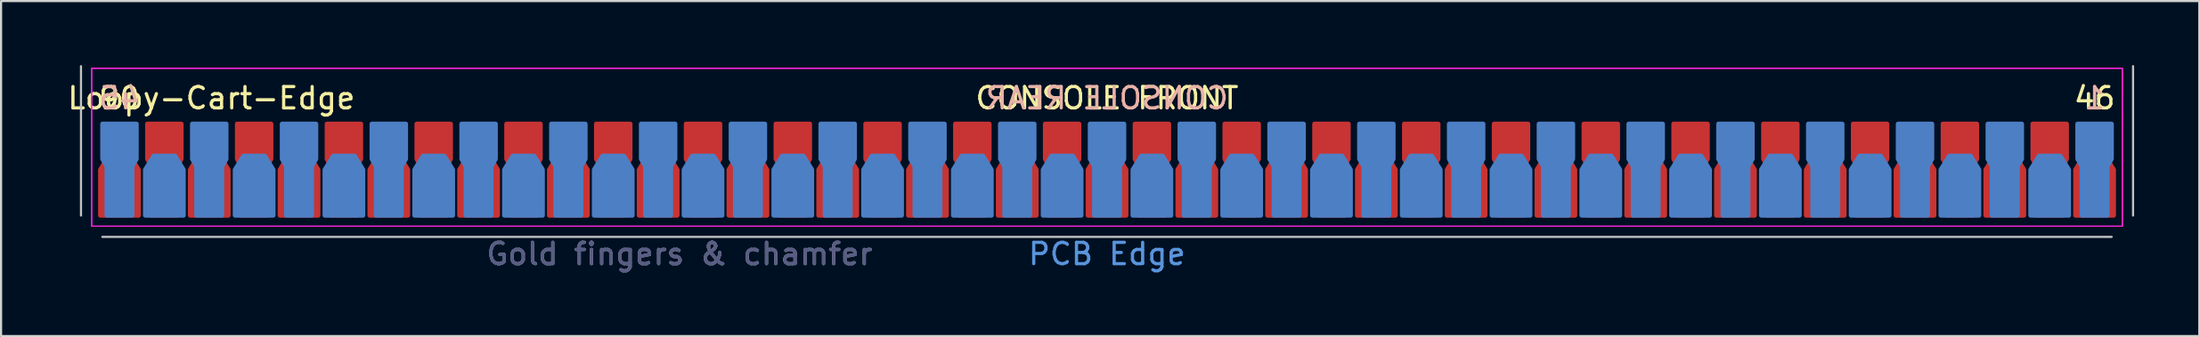
<source format=kicad_pcb>
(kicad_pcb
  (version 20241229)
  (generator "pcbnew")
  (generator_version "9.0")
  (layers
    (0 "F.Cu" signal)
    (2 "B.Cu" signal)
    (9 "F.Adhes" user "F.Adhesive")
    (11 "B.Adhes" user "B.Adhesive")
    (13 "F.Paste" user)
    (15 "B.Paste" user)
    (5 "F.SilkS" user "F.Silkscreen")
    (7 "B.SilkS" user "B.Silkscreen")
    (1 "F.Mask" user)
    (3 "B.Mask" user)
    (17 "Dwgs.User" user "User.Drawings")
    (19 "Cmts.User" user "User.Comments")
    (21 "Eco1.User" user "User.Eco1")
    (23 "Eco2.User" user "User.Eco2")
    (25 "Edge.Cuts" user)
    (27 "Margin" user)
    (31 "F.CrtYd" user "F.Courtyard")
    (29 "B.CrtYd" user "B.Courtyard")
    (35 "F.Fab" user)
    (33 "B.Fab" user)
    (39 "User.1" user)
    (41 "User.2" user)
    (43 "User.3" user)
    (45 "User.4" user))
  (footprint "Loopy-Cart-Edge"
    (layer "F.Cu")
    (at 48.739 3.85)
    (property "Reference" "Loopy-Cart-Edge" (at -41.9 -2.3 180) (layer "F.SilkS") (effects (font (size 1 1) (thickness 0.15))))
    (attr through_hole)
    (fp_rect (start -48.1 -1.3) (end 48.1 4.3) (stroke (width 0) (type solid)) (fill yes) (layer "F.Mask"))
    (fp_rect (start -48.1 -1.3) (end 48.1 4.3) (stroke (width 0) (type solid)) (fill yes) (layer "B.Mask"))
    (fp_line (start -48 3.2) (end -48 -3.8) (stroke (width 0.1) (type default)) (layer "Dwgs.User"))
    (fp_line (start -47 4.2) (end 47 4.2) (stroke (width 0.1) (type default)) (layer "Dwgs.User"))
    (fp_line (start 48 3.2) (end 48 -3.8) (stroke (width 0.1) (type default)) (layer "Dwgs.User"))
    (fp_rect (start -47.5 -3.7) (end 47.5 3.7) (stroke (width 0.05) (type default)) (fill no) (layer "F.CrtYd"))
    (fp_rect (start -47.5 -3.7) (end 47.5 3.7) (stroke (width 0.05) (type default)) (fill no) (layer "F.CrtYd"))
    (fp_text user "46" (at 46.2 -2.3 0) (unlocked yes) (layer "F.SilkS") (effects (font (size 1 1) (thickness 0.15))))
    (fp_text user "CONSOLE FRONT" (at 0 -2.3 0) (unlocked yes) (layer "F.SilkS") (effects (font (size 1 1) (thickness 0.15))))
    (fp_text user "90" (at -46.2 -2.3 0) (unlocked yes) (layer "F.SilkS") (effects (font (size 1 1) (thickness 0.15))))
    (fp_text user "CONSOLE REAR" (at 0 -2.3 0) (unlocked yes) (layer "B.SilkS") (effects (font (size 1 1) (thickness 0.15)) (justify mirror)))
    (fp_text user "1" (at 46.2 -2.3 0) (unlocked yes) (layer "B.SilkS") (effects (font (size 1 1) (thickness 0.15)) (justify mirror)))
    (fp_text user "45" (at -46.2 -2.3 0) (unlocked yes) (layer "B.SilkS") (effects (font (size 1 1) (thickness 0.15)) (justify mirror)))
    (fp_text user "PCB Edge" (at 0 5 0) (unlocked yes) (layer "Cmts.User") (effects (font (size 1 1) (thickness 0.15))))
    (fp_text user "Gold fingers & chamfer" (at -20 5 0) (unlocked yes) (layer "B.Fab") (effects (font (size 1 1) (thickness 0.15))))
    (fp_text user "Gold fingers & chamfer" (at -20 5 0) (unlocked yes) (layer "F.Fab") (effects (font (size 1 1) (thickness 0.15))))
    (pad "1" connect custom (at 46.2 1.8) (size 1 1) (layers "B.Cu" "B.Mask") (options (anchor rect)) (primitives (gr_poly (pts (xy 0.6 1.4) (xy -0.6 1.4) (xy -0.6 -0.9) (xy -0.8 -1.25) (xy -0.8 -2.9) (xy 0.8 -2.9) (xy 0.8 -1.25) (xy 0.6 -0.9)) (width 0.2) (fill yes))))
    (pad "2" connect custom (at 44.1 1.8) (size 1 1) (layers "B.Cu" "B.Mask") (options (anchor rect)) (primitives (gr_poly (pts (xy 0.9 1.4) (xy -0.9 1.4) (xy -0.9 -0.75) (xy -0.5 -1.4) (xy 0.5 -1.4) (xy 0.9 -0.75)) (width 0.2) (fill yes))))
    (pad "3" connect custom (at 42 1.8) (size 1 1) (layers "B.Cu" "B.Mask") (options (anchor rect)) (primitives (gr_poly (pts (xy 0.6 1.4) (xy -0.6 1.4) (xy -0.6 -0.9) (xy -0.8 -1.25) (xy -0.8 -2.9) (xy 0.8 -2.9) (xy 0.8 -1.25) (xy 0.6 -0.9)) (width 0.2) (fill yes))))
    (pad "4" connect custom (at 39.9 1.8) (size 1 1) (layers "B.Cu" "B.Mask") (options (anchor rect)) (primitives (gr_poly (pts (xy 0.9 1.4) (xy -0.9 1.4) (xy -0.9 -0.75) (xy -0.5 -1.4) (xy 0.5 -1.4) (xy 0.9 -0.75)) (width 0.2) (fill yes))))
    (pad "5" connect custom (at 37.8 1.8) (size 1 1) (layers "B.Cu" "B.Mask") (options (anchor rect)) (primitives (gr_poly (pts (xy 0.6 1.4) (xy -0.6 1.4) (xy -0.6 -0.9) (xy -0.8 -1.25) (xy -0.8 -2.9) (xy 0.8 -2.9) (xy 0.8 -1.25) (xy 0.6 -0.9)) (width 0.2) (fill yes))))
    (pad "6" connect custom (at 35.7 1.8) (size 1 1) (layers "B.Cu" "B.Mask") (options (anchor rect)) (primitives (gr_poly (pts (xy 0.9 1.4) (xy -0.9 1.4) (xy -0.9 -0.75) (xy -0.5 -1.4) (xy 0.5 -1.4) (xy 0.9 -0.75)) (width 0.2) (fill yes))))
    (pad "7" connect custom (at 33.6 1.8) (size 1 1) (layers "B.Cu" "B.Mask") (options (anchor rect)) (primitives (gr_poly (pts (xy 0.6 1.4) (xy -0.6 1.4) (xy -0.6 -0.9) (xy -0.8 -1.25) (xy -0.8 -2.9) (xy 0.8 -2.9) (xy 0.8 -1.25) (xy 0.6 -0.9)) (width 0.2) (fill yes))))
    (pad "8" connect custom (at 31.5 1.8) (size 1 1) (layers "B.Cu" "B.Mask") (options (anchor rect)) (primitives (gr_poly (pts (xy 0.9 1.4) (xy -0.9 1.4) (xy -0.9 -0.75) (xy -0.5 -1.4) (xy 0.5 -1.4) (xy 0.9 -0.75)) (width 0.2) (fill yes))))
    (pad "9" connect custom (at 29.4 1.8) (size 1 1) (layers "B.Cu" "B.Mask") (options (anchor rect)) (primitives (gr_poly (pts (xy 0.6 1.4) (xy -0.6 1.4) (xy -0.6 -0.9) (xy -0.8 -1.25) (xy -0.8 -2.9) (xy 0.8 -2.9) (xy 0.8 -1.25) (xy 0.6 -0.9)) (width 0.2) (fill yes))))
    (pad "10" connect custom (at 27.3 1.8) (size 1 1) (layers "B.Cu" "B.Mask") (options (anchor rect)) (primitives (gr_poly (pts (xy 0.9 1.4) (xy -0.9 1.4) (xy -0.9 -0.75) (xy -0.5 -1.4) (xy 0.5 -1.4) (xy 0.9 -0.75)) (width 0.2) (fill yes))))
    (pad "11" connect custom (at 25.2 1.8) (size 1 1) (layers "B.Cu" "B.Mask") (options (anchor rect)) (primitives (gr_poly (pts (xy 0.6 1.4) (xy -0.6 1.4) (xy -0.6 -0.9) (xy -0.8 -1.25) (xy -0.8 -2.9) (xy 0.8 -2.9) (xy 0.8 -1.25) (xy 0.6 -0.9)) (width 0.2) (fill yes))))
    (pad "12" connect custom (at 23.1 1.8) (size 1 1) (layers "B.Cu" "B.Mask") (options (anchor rect)) (primitives (gr_poly (pts (xy 0.9 1.4) (xy -0.9 1.4) (xy -0.9 -0.75) (xy -0.5 -1.4) (xy 0.5 -1.4) (xy 0.9 -0.75)) (width 0.2) (fill yes))))
    (pad "13" connect custom (at 21 1.8) (size 1 1) (layers "B.Cu" "B.Mask") (options (anchor rect)) (primitives (gr_poly (pts (xy 0.6 1.4) (xy -0.6 1.4) (xy -0.6 -0.9) (xy -0.8 -1.25) (xy -0.8 -2.9) (xy 0.8 -2.9) (xy 0.8 -1.25) (xy 0.6 -0.9)) (width 0.2) (fill yes))))
    (pad "14" connect custom (at 18.9 1.8) (size 1 1) (layers "B.Cu" "B.Mask") (options (anchor rect)) (primitives (gr_poly (pts (xy 0.9 1.4) (xy -0.9 1.4) (xy -0.9 -0.75) (xy -0.5 -1.4) (xy 0.5 -1.4) (xy 0.9 -0.75)) (width 0.2) (fill yes))))
    (pad "15" connect custom (at 16.8 1.8) (size 1 1) (layers "B.Cu" "B.Mask") (options (anchor rect)) (primitives (gr_poly (pts (xy 0.6 1.4) (xy -0.6 1.4) (xy -0.6 -0.9) (xy -0.8 -1.25) (xy -0.8 -2.9) (xy 0.8 -2.9) (xy 0.8 -1.25) (xy 0.6 -0.9)) (width 0.2) (fill yes))))
    (pad "16" connect custom (at 14.7 1.8) (size 1 1) (layers "B.Cu" "B.Mask") (options (anchor rect)) (primitives (gr_poly (pts (xy 0.9 1.4) (xy -0.9 1.4) (xy -0.9 -0.75) (xy -0.5 -1.4) (xy 0.5 -1.4) (xy 0.9 -0.75)) (width 0.2) (fill yes))))
    (pad "17" connect custom (at 12.6 1.8) (size 1 1) (layers "B.Cu" "B.Mask") (options (anchor rect)) (primitives (gr_poly (pts (xy 0.6 1.4) (xy -0.6 1.4) (xy -0.6 -0.9) (xy -0.8 -1.25) (xy -0.8 -2.9) (xy 0.8 -2.9) (xy 0.8 -1.25) (xy 0.6 -0.9)) (width 0.2) (fill yes))))
    (pad "18" connect custom (at 10.5 1.8) (size 1 1) (layers "B.Cu" "B.Mask") (options (anchor rect)) (primitives (gr_poly (pts (xy 0.9 1.4) (xy -0.9 1.4) (xy -0.9 -0.75) (xy -0.5 -1.4) (xy 0.5 -1.4) (xy 0.9 -0.75)) (width 0.2) (fill yes))))
    (pad "19" connect custom (at 8.4 1.8) (size 1 1) (layers "B.Cu" "B.Mask") (options (anchor rect)) (primitives (gr_poly (pts (xy 0.6 1.4) (xy -0.6 1.4) (xy -0.6 -0.9) (xy -0.8 -1.25) (xy -0.8 -2.9) (xy 0.8 -2.9) (xy 0.8 -1.25) (xy 0.6 -0.9)) (width 0.2) (fill yes))))
    (pad "20" connect custom (at 6.3 1.8) (size 1 1) (layers "B.Cu" "B.Mask") (options (anchor rect)) (primitives (gr_poly (pts (xy 0.9 1.4) (xy -0.9 1.4) (xy -0.9 -0.75) (xy -0.5 -1.4) (xy 0.5 -1.4) (xy 0.9 -0.75)) (width 0.2) (fill yes))))
    (pad "21" connect custom (at 4.2 1.8) (size 1 1) (layers "B.Cu" "B.Mask") (options (anchor rect)) (primitives (gr_poly (pts (xy 0.6 1.4) (xy -0.6 1.4) (xy -0.6 -0.9) (xy -0.8 -1.25) (xy -0.8 -2.9) (xy 0.8 -2.9) (xy 0.8 -1.25) (xy 0.6 -0.9)) (width 0.2) (fill yes))))
    (pad "22" connect custom (at 2.1 1.8) (size 1 1) (layers "B.Cu" "B.Mask") (options (anchor rect)) (primitives (gr_poly (pts (xy 0.9 1.4) (xy -0.9 1.4) (xy -0.9 -0.75) (xy -0.5 -1.4) (xy 0.5 -1.4) (xy 0.9 -0.75)) (width 0.2) (fill yes))))
    (pad "23" connect custom (at 0 1.8) (size 1 1) (layers "B.Cu" "B.Mask") (options (anchor rect)) (primitives (gr_poly (pts (xy 0.6 1.4) (xy -0.6 1.4) (xy -0.6 -0.9) (xy -0.8 -1.25) (xy -0.8 -2.9) (xy 0.8 -2.9) (xy 0.8 -1.25) (xy 0.6 -0.9)) (width 0.2) (fill yes))))
    (pad "24" connect custom (at -2.1 1.8) (size 1 1) (layers "B.Cu" "B.Mask") (options (anchor rect)) (primitives (gr_poly (pts (xy 0.9 1.4) (xy -0.9 1.4) (xy -0.9 -0.75) (xy -0.5 -1.4) (xy 0.5 -1.4) (xy 0.9 -0.75)) (width 0.2) (fill yes))))
    (pad "25" connect custom (at -4.2 1.8) (size 1 1) (layers "B.Cu" "B.Mask") (options (anchor rect)) (primitives (gr_poly (pts (xy 0.6 1.4) (xy -0.6 1.4) (xy -0.6 -0.9) (xy -0.8 -1.25) (xy -0.8 -2.9) (xy 0.8 -2.9) (xy 0.8 -1.25) (xy 0.6 -0.9)) (width 0.2) (fill yes))))
    (pad "26" connect custom (at -6.3 1.8) (size 1 1) (layers "B.Cu" "B.Mask") (options (anchor rect)) (primitives (gr_poly (pts (xy 0.9 1.4) (xy -0.9 1.4) (xy -0.9 -0.75) (xy -0.5 -1.4) (xy 0.5 -1.4) (xy 0.9 -0.75)) (width 0.2) (fill yes))))
    (pad "27" connect custom (at -8.4 1.8) (size 1 1) (layers "B.Cu" "B.Mask") (options (anchor rect)) (primitives (gr_poly (pts (xy 0.6 1.4) (xy -0.6 1.4) (xy -0.6 -0.9) (xy -0.8 -1.25) (xy -0.8 -2.9) (xy 0.8 -2.9) (xy 0.8 -1.25) (xy 0.6 -0.9)) (width 0.2) (fill yes))))
    (pad "28" connect custom (at -10.5 1.8) (size 1 1) (layers "B.Cu" "B.Mask") (options (anchor rect)) (primitives (gr_poly (pts (xy 0.9 1.4) (xy -0.9 1.4) (xy -0.9 -0.75) (xy -0.5 -1.4) (xy 0.5 -1.4) (xy 0.9 -0.75)) (width 0.2) (fill yes))))
    (pad "29" connect custom (at -12.6 1.8) (size 1 1) (layers "B.Cu" "B.Mask") (options (anchor rect)) (primitives (gr_poly (pts (xy 0.6 1.4) (xy -0.6 1.4) (xy -0.6 -0.9) (xy -0.8 -1.25) (xy -0.8 -2.9) (xy 0.8 -2.9) (xy 0.8 -1.25) (xy 0.6 -0.9)) (width 0.2) (fill yes))))
    (pad "30" connect custom (at -14.7 1.8) (size 1 1) (layers "B.Cu" "B.Mask") (options (anchor rect)) (primitives (gr_poly (pts (xy 0.9 1.4) (xy -0.9 1.4) (xy -0.9 -0.75) (xy -0.5 -1.4) (xy 0.5 -1.4) (xy 0.9 -0.75)) (width 0.2) (fill yes))))
    (pad "31" connect custom (at -16.8 1.8) (size 1 1) (layers "B.Cu" "B.Mask") (options (anchor rect)) (primitives (gr_poly (pts (xy 0.6 1.4) (xy -0.6 1.4) (xy -0.6 -0.9) (xy -0.8 -1.25) (xy -0.8 -2.9) (xy 0.8 -2.9) (xy 0.8 -1.25) (xy 0.6 -0.9)) (width 0.2) (fill yes))))
    (pad "32" connect custom (at -18.9 1.8) (size 1 1) (layers "B.Cu" "B.Mask") (options (anchor rect)) (primitives (gr_poly (pts (xy 0.9 1.4) (xy -0.9 1.4) (xy -0.9 -0.75) (xy -0.5 -1.4) (xy 0.5 -1.4) (xy 0.9 -0.75)) (width 0.2) (fill yes))))
    (pad "33" connect custom (at -21 1.8) (size 1 1) (layers "B.Cu" "B.Mask") (options (anchor rect)) (primitives (gr_poly (pts (xy 0.6 1.4) (xy -0.6 1.4) (xy -0.6 -0.9) (xy -0.8 -1.25) (xy -0.8 -2.9) (xy 0.8 -2.9) (xy 0.8 -1.25) (xy 0.6 -0.9)) (width 0.2) (fill yes))))
    (pad "34" connect custom (at -23.1 1.8) (size 1 1) (layers "B.Cu" "B.Mask") (options (anchor rect)) (primitives (gr_poly (pts (xy 0.9 1.4) (xy -0.9 1.4) (xy -0.9 -0.75) (xy -0.5 -1.4) (xy 0.5 -1.4) (xy 0.9 -0.75)) (width 0.2) (fill yes))))
    (pad "35" connect custom (at -25.2 1.8) (size 1 1) (layers "B.Cu" "B.Mask") (options (anchor rect)) (primitives (gr_poly (pts (xy 0.6 1.4) (xy -0.6 1.4) (xy -0.6 -0.9) (xy -0.8 -1.25) (xy -0.8 -2.9) (xy 0.8 -2.9) (xy 0.8 -1.25) (xy 0.6 -0.9)) (width 0.2) (fill yes))))
    (pad "36" connect custom (at -27.3 1.8) (size 1 1) (layers "B.Cu" "B.Mask") (options (anchor rect)) (primitives (gr_poly (pts (xy 0.9 1.4) (xy -0.9 1.4) (xy -0.9 -0.75) (xy -0.5 -1.4) (xy 0.5 -1.4) (xy 0.9 -0.75)) (width 0.2) (fill yes))))
    (pad "37" connect custom (at -29.4 1.8) (size 1 1) (layers "B.Cu" "B.Mask") (options (anchor rect)) (primitives (gr_poly (pts (xy 0.6 1.4) (xy -0.6 1.4) (xy -0.6 -0.9) (xy -0.8 -1.25) (xy -0.8 -2.9) (xy 0.8 -2.9) (xy 0.8 -1.25) (xy 0.6 -0.9)) (width 0.2) (fill yes))))
    (pad "38" connect custom (at -31.5 1.8) (size 1 1) (layers "B.Cu" "B.Mask") (options (anchor rect)) (primitives (gr_poly (pts (xy 0.9 1.4) (xy -0.9 1.4) (xy -0.9 -0.75) (xy -0.5 -1.4) (xy 0.5 -1.4) (xy 0.9 -0.75)) (width 0.2) (fill yes))))
    (pad "39" connect custom (at -33.6 1.8) (size 1 1) (layers "B.Cu" "B.Mask") (options (anchor rect)) (primitives (gr_poly (pts (xy 0.6 1.4) (xy -0.6 1.4) (xy -0.6 -0.9) (xy -0.8 -1.25) (xy -0.8 -2.9) (xy 0.8 -2.9) (xy 0.8 -1.25) (xy 0.6 -0.9)) (width 0.2) (fill yes))))
    (pad "40" connect custom (at -35.7 1.8) (size 1 1) (layers "B.Cu" "B.Mask") (options (anchor rect)) (primitives (gr_poly (pts (xy 0.9 1.4) (xy -0.9 1.4) (xy -0.9 -0.75) (xy -0.5 -1.4) (xy 0.5 -1.4) (xy 0.9 -0.75)) (width 0.2) (fill yes))))
    (pad "41" connect custom (at -37.8 1.8) (size 1 1) (layers "B.Cu" "B.Mask") (options (anchor rect)) (primitives (gr_poly (pts (xy 0.6 1.4) (xy -0.6 1.4) (xy -0.6 -0.9) (xy -0.8 -1.25) (xy -0.8 -2.9) (xy 0.8 -2.9) (xy 0.8 -1.25) (xy 0.6 -0.9)) (width 0.2) (fill yes))))
    (pad "42" connect custom (at -39.9 1.8) (size 1 1) (layers "B.Cu" "B.Mask") (options (anchor rect)) (primitives (gr_poly (pts (xy 0.9 1.4) (xy -0.9 1.4) (xy -0.9 -0.75) (xy -0.5 -1.4) (xy 0.5 -1.4) (xy 0.9 -0.75)) (width 0.2) (fill yes))))
    (pad "43" connect custom (at -42 1.8) (size 1 1) (layers "B.Cu" "B.Mask") (options (anchor rect)) (primitives (gr_poly (pts (xy 0.6 1.4) (xy -0.6 1.4) (xy -0.6 -0.9) (xy -0.8 -1.25) (xy -0.8 -2.9) (xy 0.8 -2.9) (xy 0.8 -1.25) (xy 0.6 -0.9)) (width 0.2) (fill yes))))
    (pad "44" connect custom (at -44.1 1.8) (size 1 1) (layers "B.Cu" "B.Mask") (options (anchor rect)) (primitives (gr_poly (pts (xy 0.9 1.4) (xy -0.9 1.4) (xy -0.9 -0.75) (xy -0.5 -1.4) (xy 0.5 -1.4) (xy 0.9 -0.75)) (width 0.2) (fill yes))))
    (pad "45" connect custom (at -46.2 1.8) (size 1 1) (layers "B.Cu" "B.Mask") (options (anchor rect)) (primitives (gr_poly (pts (xy 0.6 1.4) (xy -0.6 1.4) (xy -0.6 -0.9) (xy -0.8 -1.25) (xy -0.8 -2.9) (xy 0.8 -2.9) (xy 0.8 -1.25) (xy 0.6 -0.9)) (width 0.2) (fill yes))))
    (pad "46" connect custom (at 46.2 1.8) (size 1 1) (layers "F.Cu" "F.Mask") (options (anchor rect)) (primitives (gr_poly (pts (xy -0.9 1.4) (xy 0.9 1.4) (xy 0.9 -0.75) (xy 0.5 -1.4) (xy -0.5 -1.4) (xy -0.9 -0.75)) (width 0.2) (fill yes))))
    (pad "47" connect custom (at 44.1 1.8) (size 1 1) (layers "F.Cu" "F.Mask") (options (anchor rect)) (primitives (gr_poly (pts (xy -0.6 1.4) (xy 0.6 1.4) (xy 0.6 -0.9) (xy 0.8 -1.25) (xy 0.8 -2.9) (xy -0.8 -2.9) (xy -0.8 -1.25) (xy -0.6 -0.9)) (width 0.2) (fill yes))))
    (pad "48" connect custom (at 42 1.8) (size 1 1) (layers "F.Cu" "F.Mask") (options (anchor rect)) (primitives (gr_poly (pts (xy -0.9 1.4) (xy 0.9 1.4) (xy 0.9 -0.75) (xy 0.5 -1.4) (xy -0.5 -1.4) (xy -0.9 -0.75)) (width 0.2) (fill yes))))
    (pad "49" connect custom (at 39.9 1.8) (size 1 1) (layers "F.Cu" "F.Mask") (options (anchor rect)) (primitives (gr_poly (pts (xy -0.6 1.4) (xy 0.6 1.4) (xy 0.6 -0.9) (xy 0.8 -1.25) (xy 0.8 -2.9) (xy -0.8 -2.9) (xy -0.8 -1.25) (xy -0.6 -0.9)) (width 0.2) (fill yes))))
    (pad "50" connect custom (at 37.8 1.8) (size 1 1) (layers "F.Cu" "F.Mask") (options (anchor rect)) (primitives (gr_poly (pts (xy -0.9 1.4) (xy 0.9 1.4) (xy 0.9 -0.75) (xy 0.5 -1.4) (xy -0.5 -1.4) (xy -0.9 -0.75)) (width 0.2) (fill yes))))
    (pad "51" connect custom (at 35.7 1.8) (size 1 1) (layers "F.Cu" "F.Mask") (options (anchor rect)) (primitives (gr_poly (pts (xy -0.6 1.4) (xy 0.6 1.4) (xy 0.6 -0.9) (xy 0.8 -1.25) (xy 0.8 -2.9) (xy -0.8 -2.9) (xy -0.8 -1.25) (xy -0.6 -0.9)) (width 0.2) (fill yes))))
    (pad "52" connect custom (at 33.6 1.8) (size 1 1) (layers "F.Cu" "F.Mask") (options (anchor rect)) (primitives (gr_poly (pts (xy -0.9 1.4) (xy 0.9 1.4) (xy 0.9 -0.75) (xy 0.5 -1.4) (xy -0.5 -1.4) (xy -0.9 -0.75)) (width 0.2) (fill yes))))
    (pad "53" connect custom (at 31.5 1.8) (size 1 1) (layers "F.Cu" "F.Mask") (options (anchor rect)) (primitives (gr_poly (pts (xy -0.6 1.4) (xy 0.6 1.4) (xy 0.6 -0.9) (xy 0.8 -1.25) (xy 0.8 -2.9) (xy -0.8 -2.9) (xy -0.8 -1.25) (xy -0.6 -0.9)) (width 0.2) (fill yes))))
    (pad "54" connect custom (at 29.4 1.8) (size 1 1) (layers "F.Cu" "F.Mask") (options (anchor rect)) (primitives (gr_poly (pts (xy -0.9 1.4) (xy 0.9 1.4) (xy 0.9 -0.75) (xy 0.5 -1.4) (xy -0.5 -1.4) (xy -0.9 -0.75)) (width 0.2) (fill yes))))
    (pad "55" connect custom (at 27.3 1.8) (size 1 1) (layers "F.Cu" "F.Mask") (options (anchor rect)) (primitives (gr_poly (pts (xy -0.6 1.4) (xy 0.6 1.4) (xy 0.6 -0.9) (xy 0.8 -1.25) (xy 0.8 -2.9) (xy -0.8 -2.9) (xy -0.8 -1.25) (xy -0.6 -0.9)) (width 0.2) (fill yes))))
    (pad "56" connect custom (at 25.2 1.8) (size 1 1) (layers "F.Cu" "F.Mask") (options (anchor rect)) (primitives (gr_poly (pts (xy -0.9 1.4) (xy 0.9 1.4) (xy 0.9 -0.75) (xy 0.5 -1.4) (xy -0.5 -1.4) (xy -0.9 -0.75)) (width 0.2) (fill yes))))
    (pad "57" connect custom (at 23.1 1.8) (size 1 1) (layers "F.Cu" "F.Mask") (options (anchor rect)) (primitives (gr_poly (pts (xy -0.6 1.4) (xy 0.6 1.4) (xy 0.6 -0.9) (xy 0.8 -1.25) (xy 0.8 -2.9) (xy -0.8 -2.9) (xy -0.8 -1.25) (xy -0.6 -0.9)) (width 0.2) (fill yes))))
    (pad "58" connect custom (at 21 1.8) (size 1 1) (layers "F.Cu" "F.Mask") (options (anchor rect)) (primitives (gr_poly (pts (xy -0.9 1.4) (xy 0.9 1.4) (xy 0.9 -0.75) (xy 0.5 -1.4) (xy -0.5 -1.4) (xy -0.9 -0.75)) (width 0.2) (fill yes))))
    (pad "59" connect custom (at 18.9 1.8) (size 1 1) (layers "F.Cu" "F.Mask") (options (anchor rect)) (primitives (gr_poly (pts (xy -0.6 1.4) (xy 0.6 1.4) (xy 0.6 -0.9) (xy 0.8 -1.25) (xy 0.8 -2.9) (xy -0.8 -2.9) (xy -0.8 -1.25) (xy -0.6 -0.9)) (width 0.2) (fill yes))))
    (pad "60" connect custom (at 16.8 1.8) (size 1 1) (layers "F.Cu" "F.Mask") (options (anchor rect)) (primitives (gr_poly (pts (xy -0.9 1.4) (xy 0.9 1.4) (xy 0.9 -0.75) (xy 0.5 -1.4) (xy -0.5 -1.4) (xy -0.9 -0.75)) (width 0.2) (fill yes))))
    (pad "61" connect custom (at 14.7 1.8) (size 1 1) (layers "F.Cu" "F.Mask") (options (anchor rect)) (primitives (gr_poly (pts (xy -0.6 1.4) (xy 0.6 1.4) (xy 0.6 -0.9) (xy 0.8 -1.25) (xy 0.8 -2.9) (xy -0.8 -2.9) (xy -0.8 -1.25) (xy -0.6 -0.9)) (width 0.2) (fill yes))))
    (pad "62" connect custom (at 12.6 1.8) (size 1 1) (layers "F.Cu" "F.Mask") (options (anchor rect)) (primitives (gr_poly (pts (xy -0.9 1.4) (xy 0.9 1.4) (xy 0.9 -0.75) (xy 0.5 -1.4) (xy -0.5 -1.4) (xy -0.9 -0.75)) (width 0.2) (fill yes))))
    (pad "63" connect custom (at 10.5 1.8) (size 1 1) (layers "F.Cu" "F.Mask") (options (anchor rect)) (primitives (gr_poly (pts (xy -0.6 1.4) (xy 0.6 1.4) (xy 0.6 -0.9) (xy 0.8 -1.25) (xy 0.8 -2.9) (xy -0.8 -2.9) (xy -0.8 -1.25) (xy -0.6 -0.9)) (width 0.2) (fill yes))))
    (pad "64" connect custom (at 8.4 1.8) (size 1 1) (layers "F.Cu" "F.Mask") (options (anchor rect)) (primitives (gr_poly (pts (xy -0.9 1.4) (xy 0.9 1.4) (xy 0.9 -0.75) (xy 0.5 -1.4) (xy -0.5 -1.4) (xy -0.9 -0.75)) (width 0.2) (fill yes))))
    (pad "65" connect custom (at 6.3 1.8) (size 1 1) (layers "F.Cu" "F.Mask") (options (anchor rect)) (primitives (gr_poly (pts (xy -0.6 1.4) (xy 0.6 1.4) (xy 0.6 -0.9) (xy 0.8 -1.25) (xy 0.8 -2.9) (xy -0.8 -2.9) (xy -0.8 -1.25) (xy -0.6 -0.9)) (width 0.2) (fill yes))))
    (pad "66" connect custom (at 4.2 1.8) (size 1 1) (layers "F.Cu" "F.Mask") (options (anchor rect)) (primitives (gr_poly (pts (xy -0.9 1.4) (xy 0.9 1.4) (xy 0.9 -0.75) (xy 0.5 -1.4) (xy -0.5 -1.4) (xy -0.9 -0.75)) (width 0.2) (fill yes))))
    (pad "67" connect custom (at 2.1 1.8) (size 1 1) (layers "F.Cu" "F.Mask") (options (anchor rect)) (primitives (gr_poly (pts (xy -0.6 1.4) (xy 0.6 1.4) (xy 0.6 -0.9) (xy 0.8 -1.25) (xy 0.8 -2.9) (xy -0.8 -2.9) (xy -0.8 -1.25) (xy -0.6 -0.9)) (width 0.2) (fill yes))))
    (pad "68" connect custom (at 0 1.8) (size 1 1) (layers "F.Cu" "F.Mask") (options (anchor rect)) (primitives (gr_poly (pts (xy -0.9 1.4) (xy 0.9 1.4) (xy 0.9 -0.75) (xy 0.5 -1.4) (xy -0.5 -1.4) (xy -0.9 -0.75)) (width 0.2) (fill yes))))
    (pad "69" connect custom (at -2.1 1.8) (size 1 1) (layers "F.Cu" "F.Mask") (options (anchor rect)) (primitives (gr_poly (pts (xy -0.6 1.4) (xy 0.6 1.4) (xy 0.6 -0.9) (xy 0.8 -1.25) (xy 0.8 -2.9) (xy -0.8 -2.9) (xy -0.8 -1.25) (xy -0.6 -0.9)) (width 0.2) (fill yes))))
    (pad "70" connect custom (at -4.2 1.8) (size 1 1) (layers "F.Cu" "F.Mask") (options (anchor rect)) (primitives (gr_poly (pts (xy -0.9 1.4) (xy 0.9 1.4) (xy 0.9 -0.75) (xy 0.5 -1.4) (xy -0.5 -1.4) (xy -0.9 -0.75)) (width 0.2) (fill yes))))
    (pad "71" connect custom (at -6.3 1.8) (size 1 1) (layers "F.Cu" "F.Mask") (options (anchor rect)) (primitives (gr_poly (pts (xy -0.6 1.4) (xy 0.6 1.4) (xy 0.6 -0.9) (xy 0.8 -1.25) (xy 0.8 -2.9) (xy -0.8 -2.9) (xy -0.8 -1.25) (xy -0.6 -0.9)) (width 0.2) (fill yes))))
    (pad "72" connect custom (at -8.4 1.8) (size 1 1) (layers "F.Cu" "F.Mask") (options (anchor rect)) (primitives (gr_poly (pts (xy -0.9 1.4) (xy 0.9 1.4) (xy 0.9 -0.75) (xy 0.5 -1.4) (xy -0.5 -1.4) (xy -0.9 -0.75)) (width 0.2) (fill yes))))
    (pad "73" connect custom (at -10.5 1.8) (size 1 1) (layers "F.Cu" "F.Mask") (options (anchor rect)) (primitives (gr_poly (pts (xy -0.6 1.4) (xy 0.6 1.4) (xy 0.6 -0.9) (xy 0.8 -1.25) (xy 0.8 -2.9) (xy -0.8 -2.9) (xy -0.8 -1.25) (xy -0.6 -0.9)) (width 0.2) (fill yes))))
    (pad "74" connect custom (at -12.6 1.8) (size 1 1) (layers "F.Cu" "F.Mask") (options (anchor rect)) (primitives (gr_poly (pts (xy -0.9 1.4) (xy 0.9 1.4) (xy 0.9 -0.75) (xy 0.5 -1.4) (xy -0.5 -1.4) (xy -0.9 -0.75)) (width 0.2) (fill yes))))
    (pad "75" connect custom (at -14.7 1.8) (size 1 1) (layers "F.Cu" "F.Mask") (options (anchor rect)) (primitives (gr_poly (pts (xy -0.6 1.4) (xy 0.6 1.4) (xy 0.6 -0.9) (xy 0.8 -1.25) (xy 0.8 -2.9) (xy -0.8 -2.9) (xy -0.8 -1.25) (xy -0.6 -0.9)) (width 0.2) (fill yes))))
    (pad "76" connect custom (at -16.8 1.8) (size 1 1) (layers "F.Cu" "F.Mask") (options (anchor rect)) (primitives (gr_poly (pts (xy -0.9 1.4) (xy 0.9 1.4) (xy 0.9 -0.75) (xy 0.5 -1.4) (xy -0.5 -1.4) (xy -0.9 -0.75)) (width 0.2) (fill yes))))
    (pad "77" connect custom (at -18.9 1.8) (size 1 1) (layers "F.Cu" "F.Mask") (options (anchor rect)) (primitives (gr_poly (pts (xy -0.6 1.4) (xy 0.6 1.4) (xy 0.6 -0.9) (xy 0.8 -1.25) (xy 0.8 -2.9) (xy -0.8 -2.9) (xy -0.8 -1.25) (xy -0.6 -0.9)) (width 0.2) (fill yes))))
    (pad "78" connect custom (at -21 1.8) (size 1 1) (layers "F.Cu" "F.Mask") (options (anchor rect)) (primitives (gr_poly (pts (xy -0.9 1.4) (xy 0.9 1.4) (xy 0.9 -0.75) (xy 0.5 -1.4) (xy -0.5 -1.4) (xy -0.9 -0.75)) (width 0.2) (fill yes))))
    (pad "79" connect custom (at -23.1 1.8) (size 1 1) (layers "F.Cu" "F.Mask") (options (anchor rect)) (primitives (gr_poly (pts (xy -0.6 1.4) (xy 0.6 1.4) (xy 0.6 -0.9) (xy 0.8 -1.25) (xy 0.8 -2.9) (xy -0.8 -2.9) (xy -0.8 -1.25) (xy -0.6 -0.9)) (width 0.2) (fill yes))))
    (pad "80" connect custom (at -25.2 1.8) (size 1 1) (layers "F.Cu" "F.Mask") (options (anchor rect)) (primitives (gr_poly (pts (xy -0.9 1.4) (xy 0.9 1.4) (xy 0.9 -0.75) (xy 0.5 -1.4) (xy -0.5 -1.4) (xy -0.9 -0.75)) (width 0.2) (fill yes))))
    (pad "81" connect custom (at -27.3 1.8) (size 1 1) (layers "F.Cu" "F.Mask") (options (anchor rect)) (primitives (gr_poly (pts (xy -0.6 1.4) (xy 0.6 1.4) (xy 0.6 -0.9) (xy 0.8 -1.25) (xy 0.8 -2.9) (xy -0.8 -2.9) (xy -0.8 -1.25) (xy -0.6 -0.9)) (width 0.2) (fill yes))))
    (pad "82" connect custom (at -29.4 1.8) (size 1 1) (layers "F.Cu" "F.Mask") (options (anchor rect)) (primitives (gr_poly (pts (xy -0.9 1.4) (xy 0.9 1.4) (xy 0.9 -0.75) (xy 0.5 -1.4) (xy -0.5 -1.4) (xy -0.9 -0.75)) (width 0.2) (fill yes))))
    (pad "83" connect custom (at -31.5 1.8) (size 1 1) (layers "F.Cu" "F.Mask") (options (anchor rect)) (primitives (gr_poly (pts (xy -0.6 1.4) (xy 0.6 1.4) (xy 0.6 -0.9) (xy 0.8 -1.25) (xy 0.8 -2.9) (xy -0.8 -2.9) (xy -0.8 -1.25) (xy -0.6 -0.9)) (width 0.2) (fill yes))))
    (pad "84" connect custom (at -33.6 1.8) (size 1 1) (layers "F.Cu" "F.Mask") (options (anchor rect)) (primitives (gr_poly (pts (xy -0.9 1.4) (xy 0.9 1.4) (xy 0.9 -0.75) (xy 0.5 -1.4) (xy -0.5 -1.4) (xy -0.9 -0.75)) (width 0.2) (fill yes))))
    (pad "85" connect custom (at -35.7 1.8) (size 1 1) (layers "F.Cu" "F.Mask") (options (anchor rect)) (primitives (gr_poly (pts (xy -0.6 1.4) (xy 0.6 1.4) (xy 0.6 -0.9) (xy 0.8 -1.25) (xy 0.8 -2.9) (xy -0.8 -2.9) (xy -0.8 -1.25) (xy -0.6 -0.9)) (width 0.2) (fill yes))))
    (pad "86" connect custom (at -37.8 1.8) (size 1 1) (layers "F.Cu" "F.Mask") (options (anchor rect)) (primitives (gr_poly (pts (xy -0.9 1.4) (xy 0.9 1.4) (xy 0.9 -0.75) (xy 0.5 -1.4) (xy -0.5 -1.4) (xy -0.9 -0.75)) (width 0.2) (fill yes))))
    (pad "87" connect custom (at -39.9 1.8) (size 1 1) (layers "F.Cu" "F.Mask") (options (anchor rect)) (primitives (gr_poly (pts (xy -0.6 1.4) (xy 0.6 1.4) (xy 0.6 -0.9) (xy 0.8 -1.25) (xy 0.8 -2.9) (xy -0.8 -2.9) (xy -0.8 -1.25) (xy -0.6 -0.9)) (width 0.2) (fill yes))))
    (pad "88" connect custom (at -42 1.8) (size 1 1) (layers "F.Cu" "F.Mask") (options (anchor rect)) (primitives (gr_poly (pts (xy -0.9 1.4) (xy 0.9 1.4) (xy 0.9 -0.75) (xy 0.5 -1.4) (xy -0.5 -1.4) (xy -0.9 -0.75)) (width 0.2) (fill yes))))
    (pad "89" connect custom (at -44.1 1.8) (size 1 1) (layers "F.Cu" "F.Mask") (options (anchor rect)) (primitives (gr_poly (pts (xy -0.6 1.4) (xy 0.6 1.4) (xy 0.6 -0.9) (xy 0.8 -1.25) (xy 0.8 -2.9) (xy -0.8 -2.9) (xy -0.8 -1.25) (xy -0.6 -0.9)) (width 0.2) (fill yes))))
    (pad "90" connect custom (at -46.2 1.8) (size 1 1) (layers "F.Cu" "F.Mask") (options (anchor rect)) (primitives (gr_poly (pts (xy -0.9 1.4) (xy 0.9 1.4) (xy 0.9 -0.75) (xy 0.5 -1.4) (xy -0.5 -1.4) (xy -0.9 -0.75)) (width 0.2) (fill yes)))))
  (gr_rect
    (start -3 -3)
    (end 99.839 12.698)
    (stroke (width 0.1) (type default))
    (fill no)
    (layer "Edge.Cuts")))
</source>
